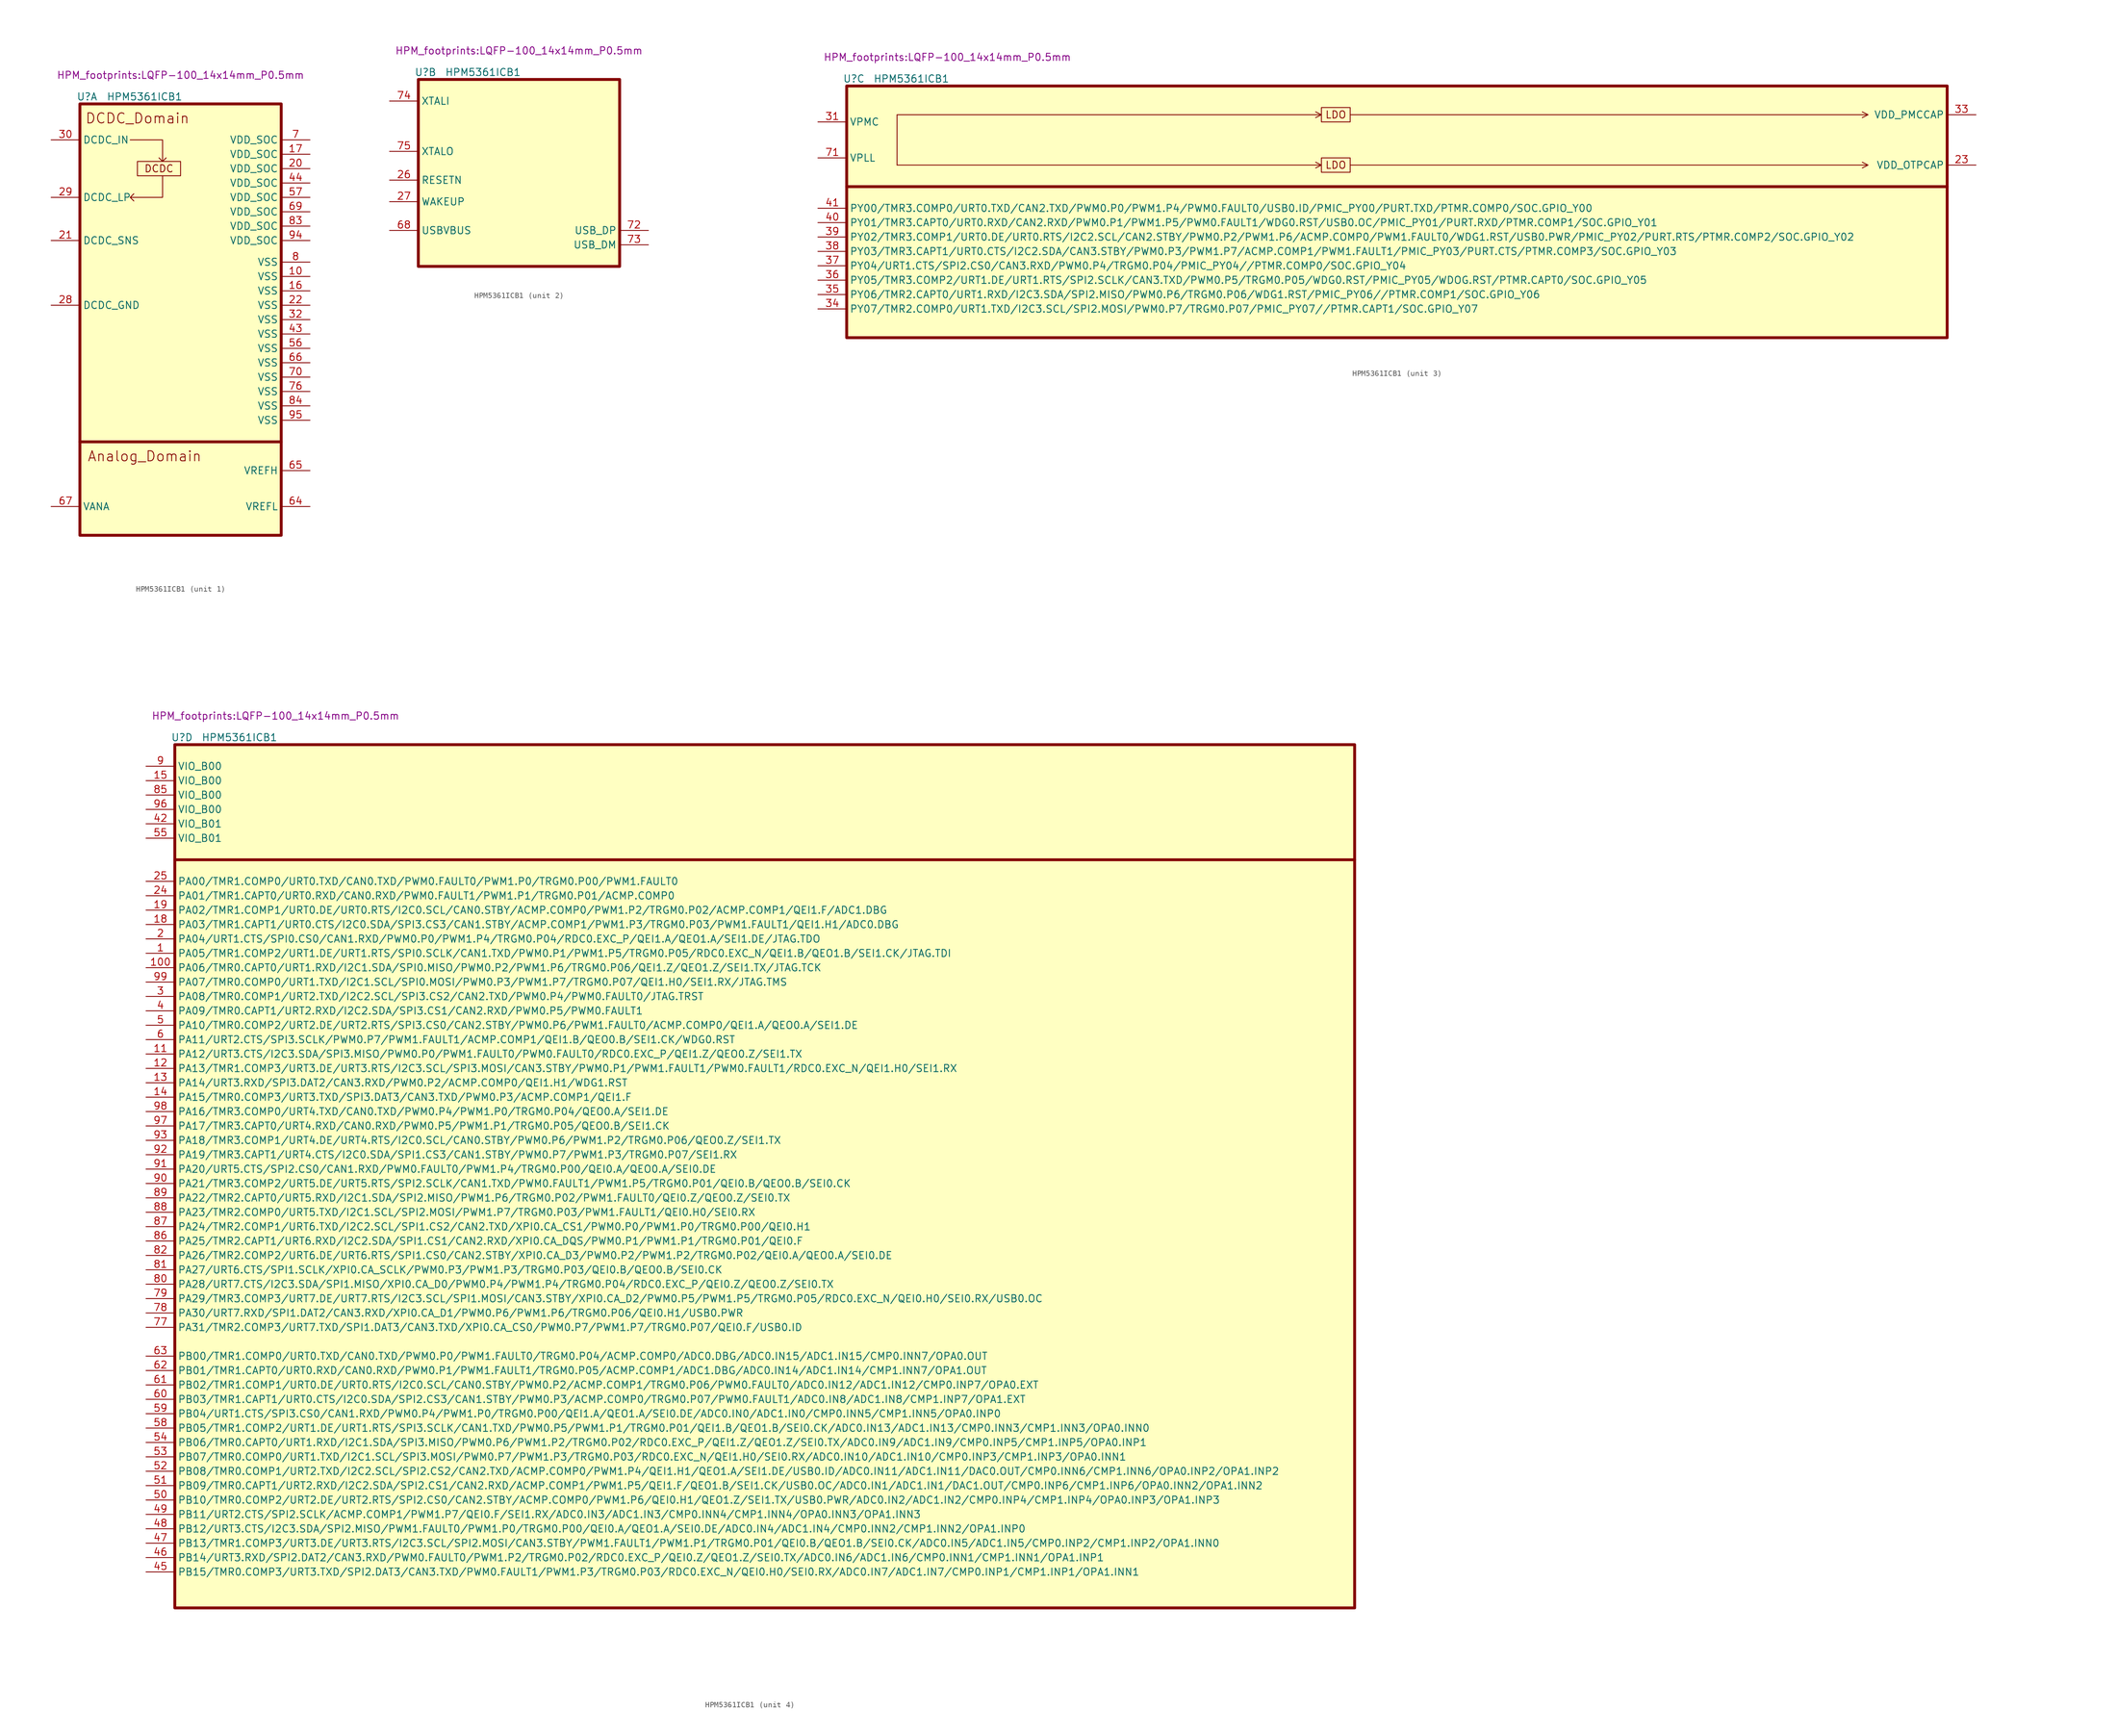
<source format=kicad_sym>
(kicad_symbol_lib
  (version 20220914)
  (generator kicad_symbol_editor)
  (symbol "HPM5361ICB1"
    (property "Reference" "U"
      (at 1.27 1.27 0)
      (effects (font (size 1.27 1.27))))
    (property "Value" "HPM5361ICB1"
      (at 11.43 1.27 0)
      (effects (font (size 1.27 1.27))))
    (property "Footprint" "HPM_footprints:LQFP-100_14x14mm_P0.5mm"
      (at 17.78 5.08 0)
      (effects (font (size 1.27 1.27))))
    (property "ki_locked" ""
      (at 0 0 0)
      (effects (font (size 1.27 1.27))))
    (symbol "HPM5361ICB1_1_1"
      (polyline (pts (xy 0 -59.69) (xy 35.56 -59.69)) (stroke (width 0.508) (type default)) (fill (type none)))
      (polyline (pts (xy 8.89 -6.35) (xy 14.605 -6.35) (xy 14.605 -10.16) (xy 13.97 -9.525) (xy 14.605 -10.16) (xy 15.24 -9.525)) (stroke (width 0) (type default)) (fill (type none)))
      (polyline (pts (xy 14.605 -12.7) (xy 14.605 -16.51) (xy 8.89 -16.51) (xy 9.525 -15.875) (xy 8.89 -16.51) (xy 9.525 -17.145)) (stroke (width 0) (type default)) (fill (type none)))
      (rectangle (start 0 0) (end 35.56 -76.2) (stroke (width 0.508) (type default)) (fill (type background)))
      (rectangle (start 10.16 -10.16) (end 17.78 -12.7) (stroke (width 0) (type default)) (fill (type none)))
      (text "Analog_Domain" (at 11.43 -62.23 0) (effects (font (size 1.778 1.778))))
      (text "DCDC" (at 13.97 -11.43 0) (effects (font (size 1.27 1.27))))
      (text "DCDC_Domain" (at 10.16 -2.54 0) (effects (font (size 1.778 1.778))))
      (pin power_in line (at 40.64 -30.48 180) (length 5.08) (name "VSS" (effects (font (size 1.27 1.27)))) (number "10" (effects (font (size 1.27 1.27)))))
      (pin power_in line (at 40.64 -33.02 180) (length 5.08) (name "VSS" (effects (font (size 1.27 1.27)))) (number "16" (effects (font (size 1.27 1.27)))))
      (pin power_in line (at 40.64 -8.89 180) (length 5.08) (name "VDD_SOC" (effects (font (size 1.27 1.27)))) (number "17" (effects (font (size 1.27 1.27)))))
      (pin power_in line (at 40.64 -11.43 180) (length 5.08) (name "VDD_SOC" (effects (font (size 1.27 1.27)))) (number "20" (effects (font (size 1.27 1.27)))))
      (pin power_in line (at -5.08 -24.13 0) (length 5.08) (name "DCDC_SNS" (effects (font (size 1.27 1.27)))) (number "21" (effects (font (size 1.27 1.27)))))
      (pin power_in line (at 40.64 -35.56 180) (length 5.08) (name "VSS" (effects (font (size 1.27 1.27)))) (number "22" (effects (font (size 1.27 1.27)))))
      (pin power_in line (at -5.08 -35.56 0) (length 5.08) (name "DCDC_GND" (effects (font (size 1.27 1.27)))) (number "28" (effects (font (size 1.27 1.27)))))
      (pin power_in line (at -5.08 -16.51 0) (length 5.08) (name "DCDC_LP" (effects (font (size 1.27 1.27)))) (number "29" (effects (font (size 1.27 1.27)))))
      (pin power_in line (at -5.08 -6.35 0) (length 5.08) (name "DCDC_IN" (effects (font (size 1.27 1.27)))) (number "30" (effects (font (size 1.27 1.27)))))
      (pin power_in line (at 40.64 -38.1 180) (length 5.08) (name "VSS" (effects (font (size 1.27 1.27)))) (number "32" (effects (font (size 1.27 1.27)))))
      (pin power_in line (at 40.64 -40.64 180) (length 5.08) (name "VSS" (effects (font (size 1.27 1.27)))) (number "43" (effects (font (size 1.27 1.27)))))
      (pin power_in line (at 40.64 -13.97 180) (length 5.08) (name "VDD_SOC" (effects (font (size 1.27 1.27)))) (number "44" (effects (font (size 1.27 1.27)))))
      (pin power_in line (at 40.64 -43.18 180) (length 5.08) (name "VSS" (effects (font (size 1.27 1.27)))) (number "56" (effects (font (size 1.27 1.27)))))
      (pin power_in line (at 40.64 -16.51 180) (length 5.08) (name "VDD_SOC" (effects (font (size 1.27 1.27)))) (number "57" (effects (font (size 1.27 1.27)))))
      (pin power_in line (at 40.64 -71.12 180) (length 5.08) (name "VREFL" (effects (font (size 1.27 1.27)))) (number "64" (effects (font (size 1.27 1.27)))))
      (pin power_in line (at 40.64 -64.77 180) (length 5.08) (name "VREFH" (effects (font (size 1.27 1.27)))) (number "65" (effects (font (size 1.27 1.27)))))
      (pin power_in line (at 40.64 -45.72 180) (length 5.08) (name "VSS" (effects (font (size 1.27 1.27)))) (number "66" (effects (font (size 1.27 1.27)))))
      (pin power_in line (at -5.08 -71.12 0) (length 5.08) (name "VANA" (effects (font (size 1.27 1.27)))) (number "67" (effects (font (size 1.27 1.27)))))
      (pin power_in line (at 40.64 -19.05 180) (length 5.08) (name "VDD_SOC" (effects (font (size 1.27 1.27)))) (number "69" (effects (font (size 1.27 1.27)))))
      (pin power_in line (at 40.64 -6.35 180) (length 5.08) (name "VDD_SOC" (effects (font (size 1.27 1.27)))) (number "7" (effects (font (size 1.27 1.27)))))
      (pin power_in line (at 40.64 -48.26 180) (length 5.08) (name "VSS" (effects (font (size 1.27 1.27)))) (number "70" (effects (font (size 1.27 1.27)))))
      (pin power_in line (at 40.64 -50.8 180) (length 5.08) (name "VSS" (effects (font (size 1.27 1.27)))) (number "76" (effects (font (size 1.27 1.27)))))
      (pin power_in line (at 40.64 -27.94 180) (length 5.08) (name "VSS" (effects (font (size 1.27 1.27)))) (number "8" (effects (font (size 1.27 1.27)))))
      (pin power_in line (at 40.64 -21.59 180) (length 5.08) (name "VDD_SOC" (effects (font (size 1.27 1.27)))) (number "83" (effects (font (size 1.27 1.27)))))
      (pin power_in line (at 40.64 -53.34 180) (length 5.08) (name "VSS" (effects (font (size 1.27 1.27)))) (number "84" (effects (font (size 1.27 1.27)))))
      (pin power_in line (at 40.64 -24.13 180) (length 5.08) (name "VDD_SOC" (effects (font (size 1.27 1.27)))) (number "94" (effects (font (size 1.27 1.27)))))
      (pin power_in line (at 40.64 -55.88 180) (length 5.08) (name "VSS" (effects (font (size 1.27 1.27)))) (number "95" (effects (font (size 1.27 1.27))))))
    (symbol "HPM5361ICB1_2_1"
      (rectangle (start 0 0) (end 35.56 -33.02) (stroke (width 0.508) (type default)) (fill (type background)))
      (pin input line (at -5.08 -17.78 0) (length 5.08) (name "RESETN" (effects (font (size 1.27 1.27)))) (number "26" (effects (font (size 1.27 1.27)))))
      (pin input line (at -5.08 -21.59 0) (length 5.08) (name "WAKEUP" (effects (font (size 1.27 1.27)))) (number "27" (effects (font (size 1.27 1.27)))))
      (pin power_in line (at -5.08 -26.67 0) (length 5.08) (name "USBVBUS" (effects (font (size 1.27 1.27)))) (number "68" (effects (font (size 1.27 1.27)))))
      (pin bidirectional line (at 40.64 -26.67 180) (length 5.08) (name "USB_DP" (effects (font (size 1.27 1.27)))) (number "72" (effects (font (size 1.27 1.27)))))
      (pin bidirectional line (at 40.64 -29.21 180) (length 5.08) (name "USB_DM" (effects (font (size 1.27 1.27)))) (number "73" (effects (font (size 1.27 1.27)))))
      (pin bidirectional line (at -5.08 -3.81 0) (length 5.08) (name "XTALI" (effects (font (size 1.27 1.27)))) (number "74" (effects (font (size 1.27 1.27)))))
      (pin bidirectional line (at -5.08 -12.7 0) (length 5.08) (name "XTALO" (effects (font (size 1.27 1.27)))) (number "75" (effects (font (size 1.27 1.27))))))
    (symbol "HPM5361ICB1_3_0"
      (polyline (pts (xy 8.89 -13.97) (xy 83.82 -13.97) (xy 82.804 -13.462) (xy 83.82 -13.97) (xy 82.804 -14.478)) (stroke (width 0) (type default)) (fill (type none)))
      (polyline (pts (xy 8.89 -5.08) (xy 83.82 -5.08) (xy 82.804 -4.572) (xy 83.82 -5.08) (xy 82.804 -5.588)) (stroke (width 0) (type default)) (fill (type none)))
      (polyline (pts (xy 88.9 -13.97) (xy 180.34 -13.97) (xy 179.324 -13.462) (xy 180.34 -13.97) (xy 179.324 -14.478)) (stroke (width 0) (type default)) (fill (type none)))
      (polyline (pts (xy 88.9 -5.08) (xy 180.34 -5.08) (xy 179.324 -4.572) (xy 180.34 -5.08) (xy 179.324 -5.588)) (stroke (width 0) (type default)) (fill (type none))))
    (symbol "HPM5361ICB1_3_1"
      (polyline (pts (xy 0 -17.78) (xy 194.31 -17.78)) (stroke (width 0.508) (type default)) (fill (type none)))
      (polyline (pts (xy 8.89 -12.7) (xy 8.89 -5.08) (xy 8.89 -13.97)) (stroke (width 0) (type default)) (fill (type none)))
      (rectangle (start 0 0) (end 194.31 -44.45) (stroke (width 0.508) (type default)) (fill (type background)))
      (rectangle (start 83.82 -12.7) (end 88.9 -15.24) (stroke (width 0) (type default)) (fill (type none)))
      (rectangle (start 83.82 -3.81) (end 88.9 -6.35) (stroke (width 0) (type default)) (fill (type none)))
      (text "LDO" (at 86.36 -13.97 0) (effects (font (size 1.27 1.27))))
      (text "LDO" (at 86.36 -5.08 0) (effects (font (size 1.27 1.27))))
      (pin power_out line (at 199.39 -13.97 180) (length 5.08) (name "VDD_OTPCAP" (effects (font (size 1.27 1.27)))) (number "23" (effects (font (size 1.27 1.27)))))
      (pin power_in line (at -5.08 -6.35 0) (length 5.08) (name "VPMC" (effects (font (size 1.27 1.27)))) (number "31" (effects (font (size 1.27 1.27)))))
      (pin power_out line (at 199.39 -5.08 180) (length 5.08) (name "VDD_PMCCAP" (effects (font (size 1.27 1.27)))) (number "33" (effects (font (size 1.27 1.27)))))
      (pin bidirectional line (at -5.08 -39.37 0) (length 5.08) (name "PY07/TMR2.COMP0/URT1.TXD/I2C3.SCL/SPI2.MOSI/PWM0.P7/TRGM0.P07/PMIC_PY07//PTMR.CAPT1/SOC.GPIO_Y07" (effects (font (size 1.27 1.27)))) (number "34" (effects (font (size 1.27 1.27)))))
      (pin bidirectional line (at -5.08 -36.83 0) (length 5.08) (name "PY06/TMR2.CAPT0/URT1.RXD/I2C3.SDA/SPI2.MISO/PWM0.P6/TRGM0.P06/WDG1.RST/PMIC_PY06//PTMR.COMP1/SOC.GPIO_Y06" (effects (font (size 1.27 1.27)))) (number "35" (effects (font (size 1.27 1.27)))))
      (pin bidirectional line (at -5.08 -34.29 0) (length 5.08) (name "PY05/TMR3.COMP2/URT1.DE/URT1.RTS/SPI2.SCLK/CAN3.TXD/PWM0.P5/TRGM0.P05/WDG0.RST/PMIC_PY05/WDOG.RST/PTMR.CAPT0/SOC.GPIO_Y05" (effects (font (size 1.27 1.27)))) (number "36" (effects (font (size 1.27 1.27)))))
      (pin bidirectional line (at -5.08 -31.75 0) (length 5.08) (name "PY04/URT1.CTS/SPI2.CS0/CAN3.RXD/PWM0.P4/TRGM0.P04/PMIC_PY04//PTMR.COMP0/SOC.GPIO_Y04" (effects (font (size 1.27 1.27)))) (number "37" (effects (font (size 1.27 1.27)))))
      (pin bidirectional line (at -5.08 -29.21 0) (length 5.08) (name "PY03/TMR3.CAPT1/URT0.CTS/I2C2.SDA/CAN3.STBY/PWM0.P3/PWM1.P7/ACMP.COMP1/PWM1.FAULT1/PMIC_PY03/PURT.CTS/PTMR.COMP3/SOC.GPIO_Y03" (effects (font (size 1.27 1.27)))) (number "38" (effects (font (size 1.27 1.27)))))
      (pin bidirectional line (at -5.08 -26.67 0) (length 5.08) (name "PY02/TMR3.COMP1/URT0.DE/URT0.RTS/I2C2.SCL/CAN2.STBY/PWM0.P2/PWM1.P6/ACMP.COMP0/PWM1.FAULT0/WDG1.RST/USB0.PWR/PMIC_PY02/PURT.RTS/PTMR.COMP2/SOC.GPIO_Y02" (effects (font (size 1.27 1.27)))) (number "39" (effects (font (size 1.27 1.27)))))
      (pin bidirectional line (at -5.08 -24.13 0) (length 5.08) (name "PY01/TMR3.CAPT0/URT0.RXD/CAN2.RXD/PWM0.P1/PWM1.P5/PWM0.FAULT1/WDG0.RST/USB0.OC/PMIC_PY01/PURT.RXD/PTMR.COMP1/SOC.GPIO_Y01" (effects (font (size 1.27 1.27)))) (number "40" (effects (font (size 1.27 1.27)))))
      (pin bidirectional line (at -5.08 -21.59 0) (length 5.08) (name "PY00/TMR3.COMP0/URT0.TXD/CAN2.TXD/PWM0.P0/PWM1.P4/PWM0.FAULT0/USB0.ID/PMIC_PY00/PURT.TXD/PTMR.COMP0/SOC.GPIO_Y00" (effects (font (size 1.27 1.27)))) (number "41" (effects (font (size 1.27 1.27)))))
      (pin power_in line (at -5.08 -12.7 0) (length 5.08) (name "VPLL" (effects (font (size 1.27 1.27)))) (number "71" (effects (font (size 1.27 1.27))))))
    (symbol "HPM5361ICB1_4_1"
      (polyline (pts (xy 0 -20.32) (xy 208.28 -20.32)) (stroke (width 0.5) (type default)) (fill (type none)))
      (rectangle (start 0 0) (end 208.28 -152.4) (stroke (width 0.508) (type default)) (fill (type background)))
      (pin bidirectional line (at -5.08 -36.83 0) (length 5.08) (name "PA05/TMR1.COMP2/URT1.DE/URT1.RTS/SPI0.SCLK/CAN1.TXD/PWM0.P1/PWM1.P5/TRGM0.P05/RDC0.EXC_N/QEI1.B/QEO1.B/SEI1.CK/JTAG.TDI" (effects (font (size 1.27 1.27)))) (number "1" (effects (font (size 1.27 1.27)))))
      (pin bidirectional line (at -5.08 -39.37 0) (length 5.08) (name "PA06/TMR0.CAPT0/URT1.RXD/I2C1.SDA/SPI0.MISO/PWM0.P2/PWM1.P6/TRGM0.P06/QEI1.Z/QEO1.Z/SEI1.TX/JTAG.TCK" (effects (font (size 1.27 1.27)))) (number "100" (effects (font (size 1.27 1.27)))))
      (pin bidirectional line (at -5.08 -54.61 0) (length 5.08) (name "PA12/URT3.CTS/I2C3.SDA/SPI3.MISO/PWM0.P0/PWM1.FAULT0/PWM0.FAULT0/RDC0.EXC_P/QEI1.Z/QEO0.Z/SEI1.TX" (effects (font (size 1.27 1.27)))) (number "11" (effects (font (size 1.27 1.27)))))
      (pin bidirectional line (at -5.08 -57.15 0) (length 5.08) (name "PA13/TMR1.COMP3/URT3.DE/URT3.RTS/I2C3.SCL/SPI3.MOSI/CAN3.STBY/PWM0.P1/PWM1.FAULT1/PWM0.FAULT1/RDC0.EXC_N/QEI1.H0/SEI1.RX" (effects (font (size 1.27 1.27)))) (number "12" (effects (font (size 1.27 1.27)))))
      (pin bidirectional line (at -5.08 -59.69 0) (length 5.08) (name "PA14/URT3.RXD/SPI3.DAT2/CAN3.RXD/PWM0.P2/ACMP.COMP0/QEI1.H1/WDG1.RST" (effects (font (size 1.27 1.27)))) (number "13" (effects (font (size 1.27 1.27)))))
      (pin bidirectional line (at -5.08 -62.23 0) (length 5.08) (name "PA15/TMR0.COMP3/URT3.TXD/SPI3.DAT3/CAN3.TXD/PWM0.P3/ACMP.COMP1/QEI1.F" (effects (font (size 1.27 1.27)))) (number "14" (effects (font (size 1.27 1.27)))))
      (pin power_in line (at -5.08 -6.35 0) (length 5.08) (name "VIO_B00" (effects (font (size 1.27 1.27)))) (number "15" (effects (font (size 1.27 1.27)))))
      (pin bidirectional line (at -5.08 -31.75 0) (length 5.08) (name "PA03/TMR1.CAPT1/URT0.CTS/I2C0.SDA/SPI3.CS3/CAN1.STBY/ACMP.COMP1/PWM1.P3/TRGM0.P03/PWM1.FAULT1/QEI1.H1/ADC0.DBG" (effects (font (size 1.27 1.27)))) (number "18" (effects (font (size 1.27 1.27)))))
      (pin bidirectional line (at -5.08 -29.21 0) (length 5.08) (name "PA02/TMR1.COMP1/URT0.DE/URT0.RTS/I2C0.SCL/CAN0.STBY/ACMP.COMP0/PWM1.P2/TRGM0.P02/ACMP.COMP1/QEI1.F/ADC1.DBG" (effects (font (size 1.27 1.27)))) (number "19" (effects (font (size 1.27 1.27)))))
      (pin bidirectional line (at -5.08 -34.29 0) (length 5.08) (name "PA04/URT1.CTS/SPI0.CS0/CAN1.RXD/PWM0.P0/PWM1.P4/TRGM0.P04/RDC0.EXC_P/QEI1.A/QEO1.A/SEI1.DE/JTAG.TDO" (effects (font (size 1.27 1.27)))) (number "2" (effects (font (size 1.27 1.27)))))
      (pin bidirectional line (at -5.08 -26.67 0) (length 5.08) (name "PA01/TMR1.CAPT0/URT0.RXD/CAN0.RXD/PWM0.FAULT1/PWM1.P1/TRGM0.P01/ACMP.COMP0" (effects (font (size 1.27 1.27)))) (number "24" (effects (font (size 1.27 1.27)))))
      (pin bidirectional line (at -5.08 -24.13 0) (length 5.08) (name "PA00/TMR1.COMP0/URT0.TXD/CAN0.TXD/PWM0.FAULT0/PWM1.P0/TRGM0.P00/PWM1.FAULT0" (effects (font (size 1.27 1.27)))) (number "25" (effects (font (size 1.27 1.27)))))
      (pin bidirectional line (at -5.08 -44.45 0) (length 5.08) (name "PA08/TMR0.COMP1/URT2.TXD/I2C2.SCL/SPI3.CS2/CAN2.TXD/PWM0.P4/PWM0.FAULT0/JTAG.TRST" (effects (font (size 1.27 1.27)))) (number "3" (effects (font (size 1.27 1.27)))))
      (pin bidirectional line (at -5.08 -46.99 0) (length 5.08) (name "PA09/TMR0.CAPT1/URT2.RXD/I2C2.SDA/SPI3.CS1/CAN2.RXD/PWM0.P5/PWM0.FAULT1" (effects (font (size 1.27 1.27)))) (number "4" (effects (font (size 1.27 1.27)))))
      (pin power_in line (at -5.08 -13.97 0) (length 5.08) (name "VIO_B01" (effects (font (size 1.27 1.27)))) (number "42" (effects (font (size 1.27 1.27)))))
      (pin bidirectional line (at -5.08 -146.05 0) (length 5.08) (name "PB15/TMR0.COMP3/URT3.TXD/SPI2.DAT3/CAN3.TXD/PWM0.FAULT1/PWM1.P3/TRGM0.P03/RDC0.EXC_N/QEI0.H0/SEI0.RX/ADC0.IN7/ADC1.IN7/CMP0.INP1/CMP1.INP1/OPA1.INN1" (effects (font (size 1.27 1.27)))) (number "45" (effects (font (size 1.27 1.27)))))
      (pin bidirectional line (at -5.08 -143.51 0) (length 5.08) (name "PB14/URT3.RXD/SPI2.DAT2/CAN3.RXD/PWM0.FAULT0/PWM1.P2/TRGM0.P02/RDC0.EXC_P/QEI0.Z/QEO1.Z/SEI0.TX/ADC0.IN6/ADC1.IN6/CMP0.INN1/CMP1.INN1/OPA1.INP1" (effects (font (size 1.27 1.27)))) (number "46" (effects (font (size 1.27 1.27)))))
      (pin bidirectional line (at -5.08 -140.97 0) (length 5.08) (name "PB13/TMR1.COMP3/URT3.DE/URT3.RTS/I2C3.SCL/SPI2.MOSI/CAN3.STBY/PWM1.FAULT1/PWM1.P1/TRGM0.P01/QEI0.B/QEO1.B/SEI0.CK/ADC0.IN5/ADC1.IN5/CMP0.INP2/CMP1.INP2/OPA1.INN0" (effects (font (size 1.27 1.27)))) (number "47" (effects (font (size 1.27 1.27)))))
      (pin bidirectional line (at -5.08 -138.43 0) (length 5.08) (name "PB12/URT3.CTS/I2C3.SDA/SPI2.MISO/PWM1.FAULT0/PWM1.P0/TRGM0.P00/QEI0.A/QEO1.A/SEI0.DE/ADC0.IN4/ADC1.IN4/CMP0.INN2/CMP1.INN2/OPA1.INP0" (effects (font (size 1.27 1.27)))) (number "48" (effects (font (size 1.27 1.27)))))
      (pin bidirectional line (at -5.08 -135.89 0) (length 5.08) (name "PB11/URT2.CTS/SPI2.SCLK/ACMP.COMP1/PWM1.P7/QEI0.F/SEI1.RX/ADC0.IN3/ADC1.IN3/CMP0.INN4/CMP1.INN4/OPA0.INN3/OPA1.INN3" (effects (font (size 1.27 1.27)))) (number "49" (effects (font (size 1.27 1.27)))))
      (pin bidirectional line (at -5.08 -49.53 0) (length 5.08) (name "PA10/TMR0.COMP2/URT2.DE/URT2.RTS/SPI3.CS0/CAN2.STBY/PWM0.P6/PWM1.FAULT0/ACMP.COMP0/QEI1.A/QEO0.A/SEI1.DE" (effects (font (size 1.27 1.27)))) (number "5" (effects (font (size 1.27 1.27)))))
      (pin bidirectional line (at -5.08 -133.35 0) (length 5.08) (name "PB10/TMR0.COMP2/URT2.DE/URT2.RTS/SPI2.CS0/CAN2.STBY/ACMP.COMP0/PWM1.P6/QEI0.H1/QEO1.Z/SEI1.TX/USB0.PWR/ADC0.IN2/ADC1.IN2/CMP0.INP4/CMP1.INP4/OPA0.INP3/OPA1.INP3" (effects (font (size 1.27 1.27)))) (number "50" (effects (font (size 1.27 1.27)))))
      (pin bidirectional line (at -5.08 -130.81 0) (length 5.08) (name "PB09/TMR0.CAPT1/URT2.RXD/I2C2.SDA/SPI2.CS1/CAN2.RXD/ACMP.COMP1/PWM1.P5/QEI1.F/QEO1.B/SEI1.CK/USB0.OC/ADC0.IN1/ADC1.IN1/DAC1.OUT/CMP0.INP6/CMP1.INP6/OPA0.INN2/OPA1.INN2" (effects (font (size 1.27 1.27)))) (number "51" (effects (font (size 1.27 1.27)))))
      (pin bidirectional line (at -5.08 -128.27 0) (length 5.08) (name "PB08/TMR0.COMP1/URT2.TXD/I2C2.SCL/SPI2.CS2/CAN2.TXD/ACMP.COMP0/PWM1.P4/QEI1.H1/QEO1.A/SEI1.DE/USB0.ID/ADC0.IN11/ADC1.IN11/DAC0.OUT/CMP0.INN6/CMP1.INN6/OPA0.INP2/OPA1.INP2" (effects (font (size 1.27 1.27)))) (number "52" (effects (font (size 1.27 1.27)))))
      (pin bidirectional line (at -5.08 -125.73 0) (length 5.08) (name "PB07/TMR0.COMP0/URT1.TXD/I2C1.SCL/SPI3.MOSI/PWM0.P7/PWM1.P3/TRGM0.P03/RDC0.EXC_N/QEI1.H0/SEI0.RX/ADC0.IN10/ADC1.IN10/CMP0.INP3/CMP1.INP3/OPA0.INN1" (effects (font (size 1.27 1.27)))) (number "53" (effects (font (size 1.27 1.27)))))
      (pin bidirectional line (at -5.08 -123.19 0) (length 5.08) (name "PB06/TMR0.CAPT0/URT1.RXD/I2C1.SDA/SPI3.MISO/PWM0.P6/PWM1.P2/TRGM0.P02/RDC0.EXC_P/QEI1.Z/QEO1.Z/SEI0.TX/ADC0.IN9/ADC1.IN9/CMP0.INP5/CMP1.INP5/OPA0.INP1" (effects (font (size 1.27 1.27)))) (number "54" (effects (font (size 1.27 1.27)))))
      (pin power_in line (at -5.08 -16.51 0) (length 5.08) (name "VIO_B01" (effects (font (size 1.27 1.27)))) (number "55" (effects (font (size 1.27 1.27)))))
      (pin bidirectional line (at -5.08 -120.65 0) (length 5.08) (name "PB05/TMR1.COMP2/URT1.DE/URT1.RTS/SPI3.SCLK/CAN1.TXD/PWM0.P5/PWM1.P1/TRGM0.P01/QEI1.B/QEO1.B/SEI0.CK/ADC0.IN13/ADC1.IN13/CMP0.INN3/CMP1.INN3/OPA0.INN0" (effects (font (size 1.27 1.27)))) (number "58" (effects (font (size 1.27 1.27)))))
      (pin bidirectional line (at -5.08 -118.11 0) (length 5.08) (name "PB04/URT1.CTS/SPI3.CS0/CAN1.RXD/PWM0.P4/PWM1.P0/TRGM0.P00/QEI1.A/QEO1.A/SEI0.DE/ADC0.IN0/ADC1.IN0/CMP0.INN5/CMP1.INN5/OPA0.INP0" (effects (font (size 1.27 1.27)))) (number "59" (effects (font (size 1.27 1.27)))))
      (pin bidirectional line (at -5.08 -52.07 0) (length 5.08) (name "PA11/URT2.CTS/SPI3.SCLK/PWM0.P7/PWM1.FAULT1/ACMP.COMP1/QEI1.B/QEO0.B/SEI1.CK/WDG0.RST" (effects (font (size 1.27 1.27)))) (number "6" (effects (font (size 1.27 1.27)))))
      (pin bidirectional line (at -5.08 -115.57 0) (length 5.08) (name "PB03/TMR1.CAPT1/URT0.CTS/I2C0.SDA/SPI2.CS3/CAN1.STBY/PWM0.P3/ACMP.COMP0/TRGM0.P07/PWM0.FAULT1/ADC0.IN8/ADC1.IN8/CMP1.INP7/OPA1.EXT" (effects (font (size 1.27 1.27)))) (number "60" (effects (font (size 1.27 1.27)))))
      (pin bidirectional line (at -5.08 -113.03 0) (length 5.08) (name "PB02/TMR1.COMP1/URT0.DE/URT0.RTS/I2C0.SCL/CAN0.STBY/PWM0.P2/ACMP.COMP1/TRGM0.P06/PWM0.FAULT0/ADC0.IN12/ADC1.IN12/CMP0.INP7/OPA0.EXT" (effects (font (size 1.27 1.27)))) (number "61" (effects (font (size 1.27 1.27)))))
      (pin bidirectional line (at -5.08 -110.49 0) (length 5.08) (name "PB01/TMR1.CAPT0/URT0.RXD/CAN0.RXD/PWM0.P1/PWM1.FAULT1/TRGM0.P05/ACMP.COMP1/ADC1.DBG/ADC0.IN14/ADC1.IN14/CMP1.INN7/OPA1.OUT" (effects (font (size 1.27 1.27)))) (number "62" (effects (font (size 1.27 1.27)))))
      (pin bidirectional line (at -5.08 -107.95 0) (length 5.08) (name "PB00/TMR1.COMP0/URT0.TXD/CAN0.TXD/PWM0.P0/PWM1.FAULT0/TRGM0.P04/ACMP.COMP0/ADC0.DBG/ADC0.IN15/ADC1.IN15/CMP0.INN7/OPA0.OUT" (effects (font (size 1.27 1.27)))) (number "63" (effects (font (size 1.27 1.27)))))
      (pin bidirectional line (at -5.08 -102.87 0) (length 5.08) (name "PA31/TMR2.COMP3/URT7.TXD/SPI1.DAT3/CAN3.TXD/XPI0.CA_CS0/PWM0.P7/PWM1.P7/TRGM0.P07/QEI0.F/USB0.ID" (effects (font (size 1.27 1.27)))) (number "77" (effects (font (size 1.27 1.27)))))
      (pin bidirectional line (at -5.08 -100.33 0) (length 5.08) (name "PA30/URT7.RXD/SPI1.DAT2/CAN3.RXD/XPI0.CA_D1/PWM0.P6/PWM1.P6/TRGM0.P06/QEI0.H1/USB0.PWR" (effects (font (size 1.27 1.27)))) (number "78" (effects (font (size 1.27 1.27)))))
      (pin bidirectional line (at -5.08 -97.79 0) (length 5.08) (name "PA29/TMR3.COMP3/URT7.DE/URT7.RTS/I2C3.SCL/SPI1.MOSI/CAN3.STBY/XPI0.CA_D2/PWM0.P5/PWM1.P5/TRGM0.P05/RDC0.EXC_N/QEI0.H0/SEI0.RX/USB0.OC" (effects (font (size 1.27 1.27)))) (number "79" (effects (font (size 1.27 1.27)))))
      (pin bidirectional line (at -5.08 -95.25 0) (length 5.08) (name "PA28/URT7.CTS/I2C3.SDA/SPI1.MISO/XPI0.CA_D0/PWM0.P4/PWM1.P4/TRGM0.P04/RDC0.EXC_P/QEI0.Z/QEO0.Z/SEI0.TX" (effects (font (size 1.27 1.27)))) (number "80" (effects (font (size 1.27 1.27)))))
      (pin bidirectional line (at -5.08 -92.71 0) (length 5.08) (name "PA27/URT6.CTS/SPI1.SCLK/XPI0.CA_SCLK/PWM0.P3/PWM1.P3/TRGM0.P03/QEI0.B/QEO0.B/SEI0.CK" (effects (font (size 1.27 1.27)))) (number "81" (effects (font (size 1.27 1.27)))))
      (pin bidirectional line (at -5.08 -90.17 0) (length 5.08) (name "PA26/TMR2.COMP2/URT6.DE/URT6.RTS/SPI1.CS0/CAN2.STBY/XPI0.CA_D3/PWM0.P2/PWM1.P2/TRGM0.P02/QEI0.A/QEO0.A/SEI0.DE" (effects (font (size 1.27 1.27)))) (number "82" (effects (font (size 1.27 1.27)))))
      (pin power_in line (at -5.08 -8.89 0) (length 5.08) (name "VIO_B00" (effects (font (size 1.27 1.27)))) (number "85" (effects (font (size 1.27 1.27)))))
      (pin bidirectional line (at -5.08 -87.63 0) (length 5.08) (name "PA25/TMR2.CAPT1/URT6.RXD/I2C2.SDA/SPI1.CS1/CAN2.RXD/XPI0.CA_DQS/PWM0.P1/PWM1.P1/TRGM0.P01/QEI0.F" (effects (font (size 1.27 1.27)))) (number "86" (effects (font (size 1.27 1.27)))))
      (pin bidirectional line (at -5.08 -85.09 0) (length 5.08) (name "PA24/TMR2.COMP1/URT6.TXD/I2C2.SCL/SPI1.CS2/CAN2.TXD/XPI0.CA_CS1/PWM0.P0/PWM1.P0/TRGM0.P00/QEI0.H1" (effects (font (size 1.27 1.27)))) (number "87" (effects (font (size 1.27 1.27)))))
      (pin bidirectional line (at -5.08 -82.55 0) (length 5.08) (name "PA23/TMR2.COMP0/URT5.TXD/I2C1.SCL/SPI2.MOSI/PWM1.P7/TRGM0.P03/PWM1.FAULT1/QEI0.H0/SEI0.RX" (effects (font (size 1.27 1.27)))) (number "88" (effects (font (size 1.27 1.27)))))
      (pin bidirectional line (at -5.08 -80.01 0) (length 5.08) (name "PA22/TMR2.CAPT0/URT5.RXD/I2C1.SDA/SPI2.MISO/PWM1.P6/TRGM0.P02/PWM1.FAULT0/QEI0.Z/QEO0.Z/SEI0.TX" (effects (font (size 1.27 1.27)))) (number "89" (effects (font (size 1.27 1.27)))))
      (pin power_in line (at -5.08 -3.81 0) (length 5.08) (name "VIO_B00" (effects (font (size 1.27 1.27)))) (number "9" (effects (font (size 1.27 1.27)))))
      (pin bidirectional line (at -5.08 -77.47 0) (length 5.08) (name "PA21/TMR3.COMP2/URT5.DE/URT5.RTS/SPI2.SCLK/CAN1.TXD/PWM0.FAULT1/PWM1.P5/TRGM0.P01/QEI0.B/QEO0.B/SEI0.CK" (effects (font (size 1.27 1.27)))) (number "90" (effects (font (size 1.27 1.27)))))
      (pin bidirectional line (at -5.08 -74.93 0) (length 5.08) (name "PA20/URT5.CTS/SPI2.CS0/CAN1.RXD/PWM0.FAULT0/PWM1.P4/TRGM0.P00/QEI0.A/QEO0.A/SEI0.DE" (effects (font (size 1.27 1.27)))) (number "91" (effects (font (size 1.27 1.27)))))
      (pin bidirectional line (at -5.08 -72.39 0) (length 5.08) (name "PA19/TMR3.CAPT1/URT4.CTS/I2C0.SDA/SPI1.CS3/CAN1.STBY/PWM0.P7/PWM1.P3/TRGM0.P07/SEI1.RX" (effects (font (size 1.27 1.27)))) (number "92" (effects (font (size 1.27 1.27)))))
      (pin bidirectional line (at -5.08 -69.85 0) (length 5.08) (name "PA18/TMR3.COMP1/URT4.DE/URT4.RTS/I2C0.SCL/CAN0.STBY/PWM0.P6/PWM1.P2/TRGM0.P06/QEO0.Z/SEI1.TX" (effects (font (size 1.27 1.27)))) (number "93" (effects (font (size 1.27 1.27)))))
      (pin power_in line (at -5.08 -11.43 0) (length 5.08) (name "VIO_B00" (effects (font (size 1.27 1.27)))) (number "96" (effects (font (size 1.27 1.27)))))
      (pin bidirectional line (at -5.08 -67.31 0) (length 5.08) (name "PA17/TMR3.CAPT0/URT4.RXD/CAN0.RXD/PWM0.P5/PWM1.P1/TRGM0.P05/QEO0.B/SEI1.CK" (effects (font (size 1.27 1.27)))) (number "97" (effects (font (size 1.27 1.27)))))
      (pin bidirectional line (at -5.08 -64.77 0) (length 5.08) (name "PA16/TMR3.COMP0/URT4.TXD/CAN0.TXD/PWM0.P4/PWM1.P0/TRGM0.P04/QEO0.A/SEI1.DE" (effects (font (size 1.27 1.27)))) (number "98" (effects (font (size 1.27 1.27)))))
      (pin bidirectional line (at -5.08 -41.91 0) (length 5.08) (name "PA07/TMR0.COMP0/URT1.TXD/I2C1.SCL/SPI0.MOSI/PWM0.P3/PWM1.P7/TRGM0.P07/QEI1.H0/SEI1.RX/JTAG.TMS" (effects (font (size 1.27 1.27)))) (number "99" (effects (font (size 1.27 1.27))))))))
</source>
